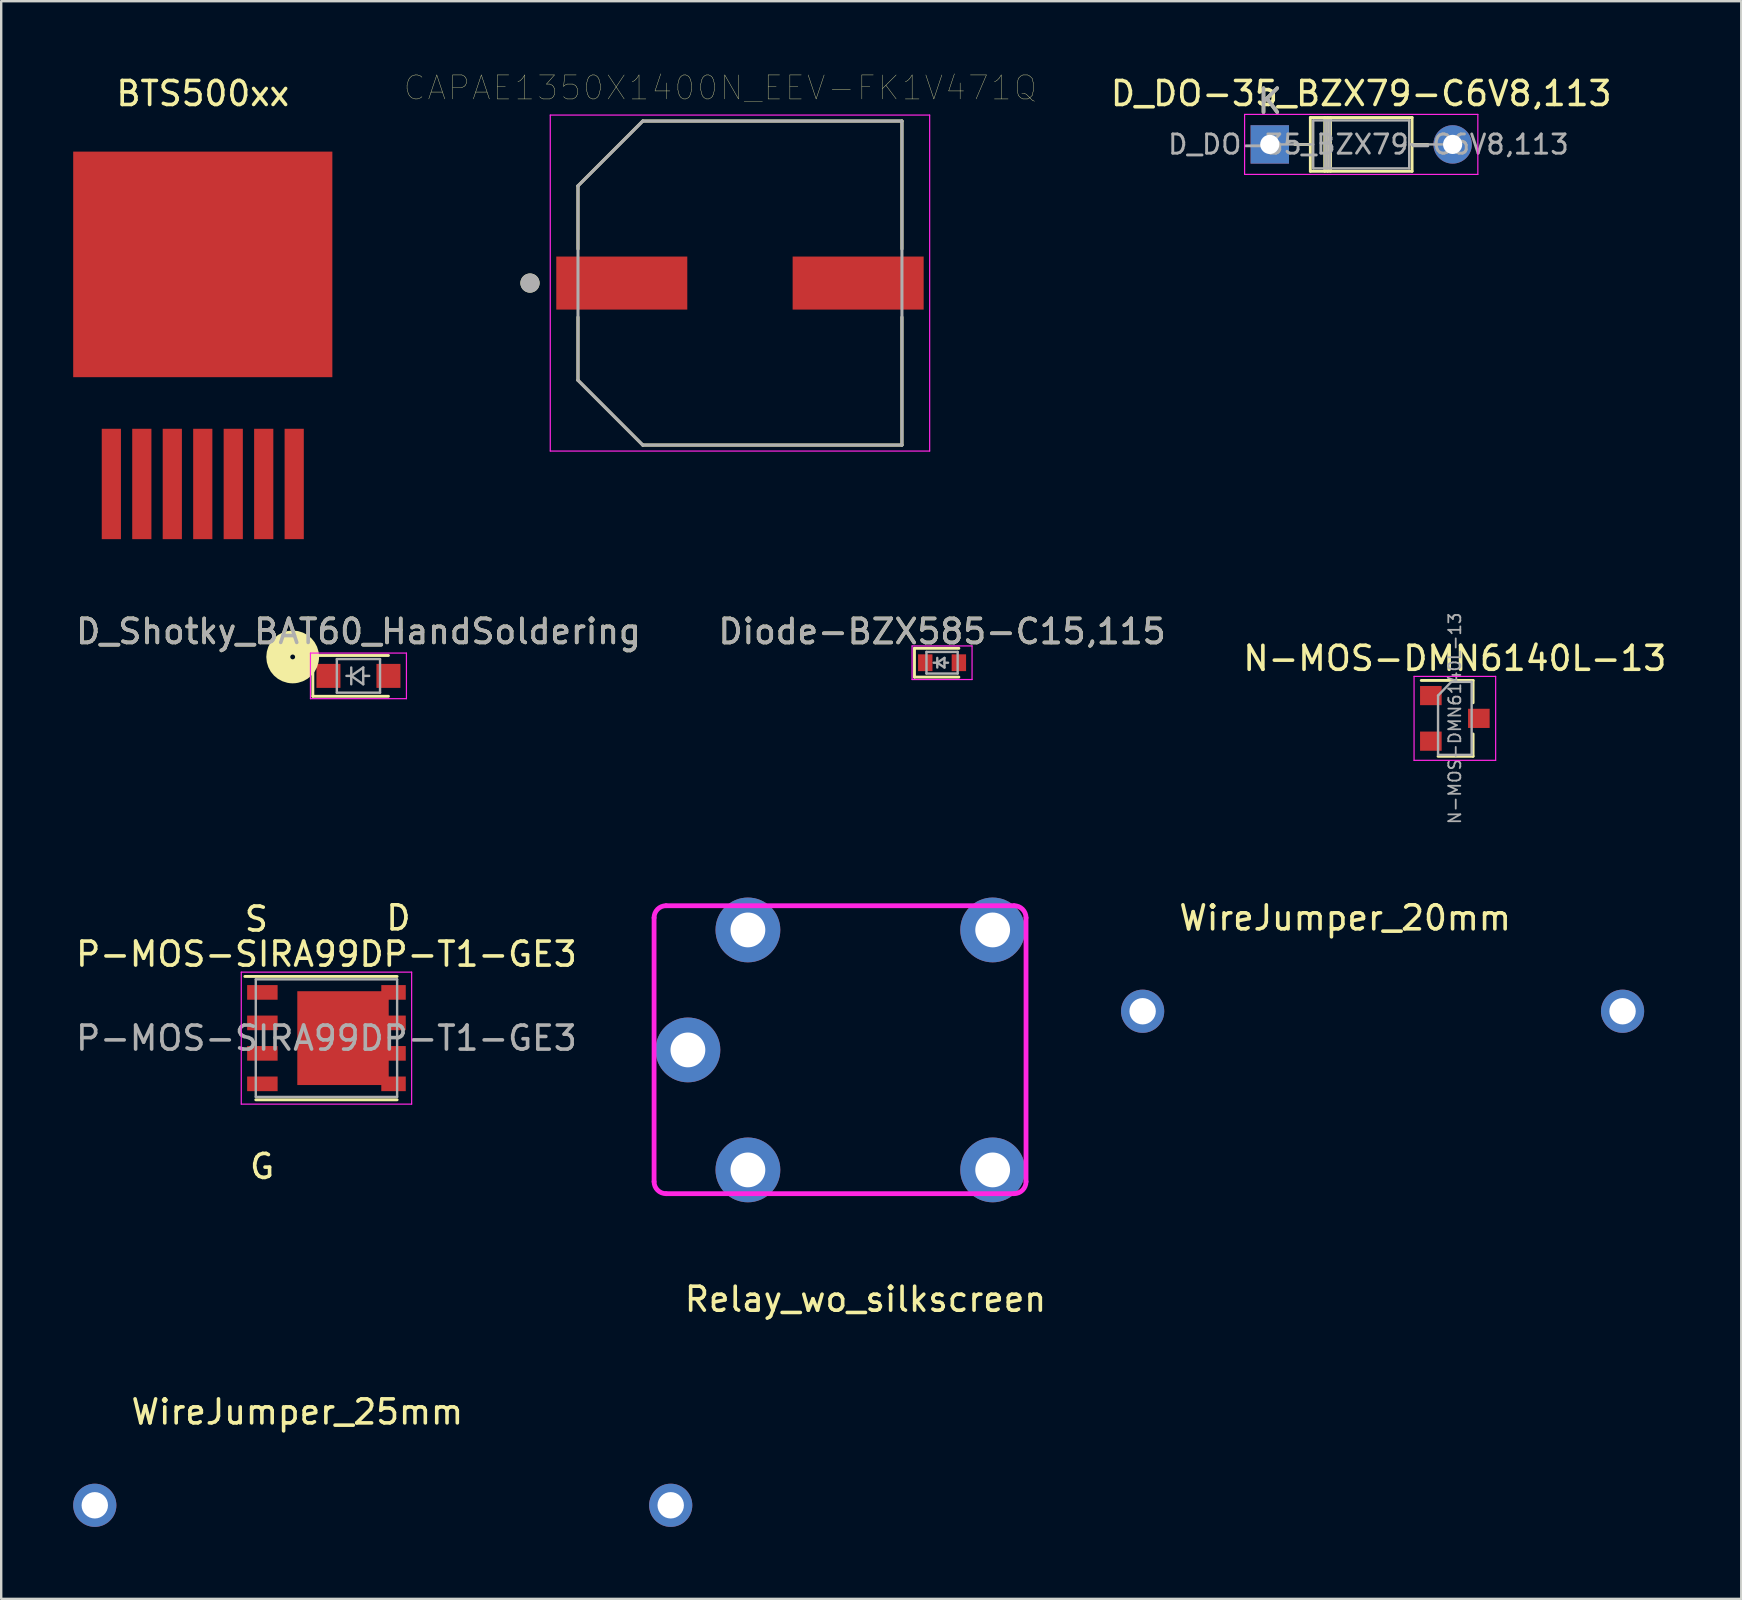
<source format=kicad_pcb>
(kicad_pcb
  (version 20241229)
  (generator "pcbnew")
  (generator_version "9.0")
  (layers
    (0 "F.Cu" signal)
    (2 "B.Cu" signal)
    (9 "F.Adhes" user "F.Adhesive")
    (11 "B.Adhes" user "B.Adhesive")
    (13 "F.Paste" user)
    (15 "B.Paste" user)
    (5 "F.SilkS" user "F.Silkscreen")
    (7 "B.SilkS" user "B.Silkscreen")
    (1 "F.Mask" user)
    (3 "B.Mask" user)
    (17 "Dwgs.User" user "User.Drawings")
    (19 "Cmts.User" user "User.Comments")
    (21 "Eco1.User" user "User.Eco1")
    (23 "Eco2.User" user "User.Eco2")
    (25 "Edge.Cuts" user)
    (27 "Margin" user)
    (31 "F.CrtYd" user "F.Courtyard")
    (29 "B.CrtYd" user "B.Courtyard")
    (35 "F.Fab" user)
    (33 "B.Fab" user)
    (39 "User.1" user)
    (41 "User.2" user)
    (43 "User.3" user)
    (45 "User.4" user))
  (footprint "WireJumper_25mm"
    (layer "F.Cu")
    (at 0.9 59.679)
    (property "Reference" "WireJumper_25mm" (at 8.44 -3.89 0) (layer "F.SilkS") (effects (font (size 1 1) (thickness 0.15))))
    (attr through_hole)
    (pad "1" thru_hole circle (at 0 0) (size 1.8 1.8) (drill 1.1) (layers "*.Cu" "*.Mask"))
    (pad "2" thru_hole circle (at 24 0) (size 1.8 1.8) (drill 1.1) (layers "*.Cu" "*.Mask")))
  (footprint "BTS500xx"
    (layer "F.Cu")
    (at 5.4 14.818)
    (property "Reference" "BTS500xx" (at 0 -13.97 0) (layer "F.SilkS") (effects (font (size 1 1) (thickness 0.15))))
    (attr through_hole)
    (pad "1" smd rect (at -3.81 2.3) (size 0.8 4.6) (layers "F.Cu" "F.Mask" "F.Paste"))
    (pad "2" smd rect (at -2.54 2.3) (size 0.8 4.6) (layers "F.Cu" "F.Mask" "F.Paste"))
    (pad "3" smd rect (at -1.27 2.3) (size 0.8 4.6) (layers "F.Cu" "F.Mask" "F.Paste"))
    (pad "4" smd rect (at 0 2.3) (size 0.8 4.6) (layers "F.Cu" "F.Mask" "F.Paste"))
    (pad "5" smd rect (at 1.27 2.3) (size 0.8 4.6) (layers "F.Cu" "F.Mask" "F.Paste"))
    (pad "6" smd rect (at 2.54 2.3) (size 0.8 4.6) (layers "F.Cu" "F.Mask" "F.Paste"))
    (pad "7" smd rect (at 3.81 2.3) (size 0.8 4.6) (layers "F.Cu" "F.Mask" "F.Paste"))
    (pad "8" smd rect (at 0 -6.85) (size 10.8 9.4) (layers "F.Cu" "F.Mask" "F.Paste")))
  (footprint "CAPAE1350X1400N_EEV-FK1V471Q"
    (layer "F.Cu")
    (at 27.786 8.746)
    (property "Reference" "CAPAE1350X1400N_EEV-FK1V471Q" (at -0.825 -8.135 0) (layer "F.SilkS") (effects (font (size 1 1) (thickness 0.015))))
    (attr through_hole)
    (fp_line (start -6.75 -4.05) (end -4.05 -6.752) (stroke (width 0.127) (type solid)) (layer "F.SilkS"))
    (fp_line (start -6.75 -1.42) (end -6.75 -4.05) (stroke (width 0.127) (type solid)) (layer "F.SilkS"))
    (fp_line (start -6.75 4.05) (end -6.75 1.42) (stroke (width 0.127) (type solid)) (layer "F.SilkS"))
    (fp_line (start -4.05 -6.752) (end 6.75 -6.752) (stroke (width 0.127) (type solid)) (layer "F.SilkS"))
    (fp_line (start -4.05 6.752) (end -6.75 4.05) (stroke (width 0.127) (type solid)) (layer "F.SilkS"))
    (fp_line (start 6.75 -6.752) (end 6.75 -1.42) (stroke (width 0.127) (type solid)) (layer "F.SilkS"))
    (fp_line (start 6.75 1.42) (end 6.75 6.752) (stroke (width 0.127) (type solid)) (layer "F.SilkS"))
    (fp_line (start 6.75 6.752) (end -4.05 6.752) (stroke (width 0.127) (type solid)) (layer "F.SilkS"))
    (fp_circle (center -8.75 0) (end -8.55 0) (stroke (width 0.4) (type solid)) (fill no) (layer "F.SilkS"))
    (fp_line (start -7.905 -7) (end 7.905 -7) (stroke (width 0.05) (type solid)) (layer "F.CrtYd"))
    (fp_line (start -7.905 7) (end -7.905 -7) (stroke (width 0.05) (type solid)) (layer "F.CrtYd"))
    (fp_line (start 7.905 -7) (end 7.905 7) (stroke (width 0.05) (type solid)) (layer "F.CrtYd"))
    (fp_line (start 7.905 7) (end -7.905 7) (stroke (width 0.05) (type solid)) (layer "F.CrtYd"))
    (fp_line (start -6.75 -4.05) (end -6.75 4.05) (stroke (width 0.127) (type solid)) (layer "F.Fab"))
    (fp_line (start -6.75 4.05) (end -4.05 6.75) (stroke (width 0.127) (type solid)) (layer "F.Fab"))
    (fp_line (start -4.05 -6.75) (end -6.75 -4.05) (stroke (width 0.127) (type solid)) (layer "F.Fab"))
    (fp_line (start -4.05 6.75) (end 6.75 6.75) (stroke (width 0.127) (type solid)) (layer "F.Fab"))
    (fp_line (start 6.75 -6.75) (end -4.05 -6.75) (stroke (width 0.127) (type solid)) (layer "F.Fab"))
    (fp_line (start 6.75 6.75) (end 6.75 -6.75) (stroke (width 0.127) (type solid)) (layer "F.Fab"))
    (fp_circle (center -8.75 0) (end -8.55 0) (stroke (width 0.4) (type solid)) (fill no) (layer "F.Fab"))
    (pad "1" smd rect (at -4.925 0) (size 5.46 2.21) (layers "F.Cu" "F.Mask" "F.Paste"))
    (pad "2" smd rect (at 4.925 0) (size 5.46 2.21) (layers "F.Cu" "F.Mask" "F.Paste")))
  (footprint "P-MOS-SIRA99DP-T1-GE3"
    (layer "F.Cu")
    (at 10.554 40.211)
    (property "Reference" "P-MOS-SIRA99DP-T1-GE3" (at 0 -3.5 0) (layer "F.SilkS") (effects (font (size 1 1) (thickness 0.15))))
    (attr smd)
    (fp_line (start -3.4 -2.57) (end 2.945 -2.57) (stroke (width 0.12) (type solid)) (layer "F.SilkS"))
    (fp_line (start -2.945 2.57) (end 2.945 2.57) (stroke (width 0.12) (type solid)) (layer "F.SilkS"))
    (fp_line (start -3.55 -2.75) (end -3.55 2.75) (stroke (width 0.05) (type solid)) (layer "F.CrtYd"))
    (fp_line (start -3.55 -2.75) (end 3.55 -2.75) (stroke (width 0.05) (type solid)) (layer "F.CrtYd"))
    (fp_line (start -3.55 2.75) (end 3.55 2.75) (stroke (width 0.05) (type solid)) (layer "F.CrtYd"))
    (fp_line (start 3.55 -2.75) (end 3.55 2.75) (stroke (width 0.05) (type solid)) (layer "F.CrtYd"))
    (fp_line (start -2.945 -2.45) (end 2.945 -2.45) (stroke (width 0.1) (type solid)) (layer "F.Fab"))
    (fp_line (start -2.945 2.45) (end -2.945 -2.45) (stroke (width 0.1) (type solid)) (layer "F.Fab"))
    (fp_line (start 2.945 -2.45) (end 2.945 2.45) (stroke (width 0.1) (type solid)) (layer "F.Fab"))
    (fp_line (start 2.945 2.45) (end -2.945 2.45) (stroke (width 0.1) (type solid)) (layer "F.Fab"))
    (fp_text user "G" (at -2.68 5.35 0) (layer "F.SilkS") (effects (font (size 1 1) (thickness 0.15))))
    (fp_text user "S" (at -2.92 -4.96 0) (layer "F.SilkS") (effects (font (size 1 1) (thickness 0.15))))
    (fp_text user "D" (at 3 -5.01 0) (layer "F.SilkS") (effects (font (size 1 1) (thickness 0.15))))
    (fp_text user "${REFERENCE}" (at 0 0 0) (layer "F.Fab") (effects (font (size 1 1) (thickness 0.15))))
    (pad "1" smd rect (at -2.67 1.905) (size 1.27 0.61) (layers "F.Cu" "F.Mask" "F.Paste"))
    (pad "2" smd rect (at -2.67 -1.905) (size 1.27 0.61) (layers "F.Cu" "F.Mask" "F.Paste"))
    (pad "2" smd rect (at -2.67 -0.635) (size 1.27 0.61) (layers "F.Cu" "F.Mask" "F.Paste"))
    (pad "2" smd rect (at -2.67 0.635) (size 1.27 0.61) (layers "F.Cu" "F.Mask" "F.Paste"))
    (pad "3" smd rect (at 0.69 0) (size 3.81 3.91) (layers "F.Cu" "F.Mask" "F.Paste"))
    (pad "3" smd rect (at 2.795 -1.905) (size 1.02 0.61) (layers "F.Cu" "F.Mask" "F.Paste"))
    (pad "3" smd rect (at 2.795 -0.635) (size 1.02 0.61) (layers "F.Cu" "F.Mask" "F.Paste"))
    (pad "3" smd rect (at 2.795 0.635) (size 1.02 0.61) (layers "F.Cu" "F.Mask" "F.Paste"))
    (pad "3" smd rect (at 2.795 1.905) (size 1.02 0.61) (layers "F.Cu" "F.Mask" "F.Paste")))
  (footprint "D_DO-35_BZX79-C6V8,113"
    (layer "F.Cu")
    (at 49.865 2.968)
    (property "Reference" "D_DO-35_BZX79-C6V8,113" (at 3.81 -2.12 0) (layer "F.SilkS") (effects (font (size 1 1) (thickness 0.15))))
    (attr through_hole)
    (fp_line (start 1.04 0) (end 1.69 0) (stroke (width 0.12) (type solid)) (layer "F.SilkS"))
    (fp_line (start 1.69 -1.12) (end 1.69 1.12) (stroke (width 0.12) (type solid)) (layer "F.SilkS"))
    (fp_line (start 1.69 1.12) (end 5.93 1.12) (stroke (width 0.12) (type solid)) (layer "F.SilkS"))
    (fp_line (start 2.29 -1.12) (end 2.29 1.12) (stroke (width 0.12) (type solid)) (layer "F.SilkS"))
    (fp_line (start 2.41 -1.12) (end 2.41 1.12) (stroke (width 0.12) (type solid)) (layer "F.SilkS"))
    (fp_line (start 2.53 -1.12) (end 2.53 1.12) (stroke (width 0.12) (type solid)) (layer "F.SilkS"))
    (fp_line (start 5.93 -1.12) (end 1.69 -1.12) (stroke (width 0.12) (type solid)) (layer "F.SilkS"))
    (fp_line (start 5.93 1.12) (end 5.93 -1.12) (stroke (width 0.12) (type solid)) (layer "F.SilkS"))
    (fp_line (start 6.58 0) (end 5.93 0) (stroke (width 0.12) (type solid)) (layer "F.SilkS"))
    (fp_line (start -1.05 -1.25) (end -1.05 1.25) (stroke (width 0.05) (type solid)) (layer "F.CrtYd"))
    (fp_line (start -1.05 1.25) (end 8.67 1.25) (stroke (width 0.05) (type solid)) (layer "F.CrtYd"))
    (fp_line (start 8.67 -1.25) (end -1.05 -1.25) (stroke (width 0.05) (type solid)) (layer "F.CrtYd"))
    (fp_line (start 8.67 1.25) (end 8.67 -1.25) (stroke (width 0.05) (type solid)) (layer "F.CrtYd"))
    (fp_line (start 0 0) (end 1.81 0) (stroke (width 0.1) (type solid)) (layer "F.Fab"))
    (fp_line (start 1.81 -1) (end 1.81 1) (stroke (width 0.1) (type solid)) (layer "F.Fab"))
    (fp_line (start 1.81 1) (end 5.81 1) (stroke (width 0.1) (type solid)) (layer "F.Fab"))
    (fp_line (start 2.31 -1) (end 2.31 1) (stroke (width 0.1) (type solid)) (layer "F.Fab"))
    (fp_line (start 2.41 -1) (end 2.41 1) (stroke (width 0.1) (type solid)) (layer "F.Fab"))
    (fp_line (start 2.51 -1) (end 2.51 1) (stroke (width 0.1) (type solid)) (layer "F.Fab"))
    (fp_line (start 5.81 -1) (end 1.81 -1) (stroke (width 0.1) (type solid)) (layer "F.Fab"))
    (fp_line (start 5.81 1) (end 5.81 -1) (stroke (width 0.1) (type solid)) (layer "F.Fab"))
    (fp_line (start 7.62 0) (end 5.81 0) (stroke (width 0.1) (type solid)) (layer "F.Fab"))
    (fp_text user "K" (at 0 -1.8 0) (layer "F.SilkS") (effects (font (size 1 1) (thickness 0.15))))
    (fp_text user "${REFERENCE}" (at 4.11 0 0) (layer "F.Fab") (effects (font (size 0.8 0.8) (thickness 0.12))))
    (fp_text user "K" (at 0 -1.8 0) (layer "F.Fab") (effects (font (size 1 1) (thickness 0.15))))
    (pad "1" thru_hole rect (at 0 0) (size 1.6 1.6) (drill 0.8) (layers "*.Cu" "*.Mask"))
    (pad "2" thru_hole oval (at 7.62 0) (size 1.6 1.6) (drill 0.8) (layers "*.Cu" "*.Mask")))
  (footprint "Relay_wo_silkscreen"
    (layer "F.Cu")
    (at 33.157 40.453)
    (property "Reference" "Relay_wo_silkscreen" (at -0.14 10.64 0) (layer "F.SilkS") (effects (font (size 1 1) (thickness 0.15))))
    (attr through_hole)
    (fp_line (start -8.95 -5.26) (end -8.95 5.74) (stroke (width 0.2) (type solid)) (layer "F.CrtYd"))
    (fp_line (start 6.05 -5.76) (end -8.45 -5.76) (stroke (width 0.2) (type solid)) (layer "F.CrtYd"))
    (fp_line (start 6.05 6.24) (end -8.45 6.24) (stroke (width 0.2) (type solid)) (layer "F.CrtYd"))
    (fp_line (start 6.55 -5.26) (end 6.55 5.74) (stroke (width 0.2) (type solid)) (layer "F.CrtYd"))
    (fp_arc (start -8.95 -5.259996) (mid -8.803553 -5.613549) (end -8.45 -5.759996) (stroke (width 0.2) (type solid)) (layer "F.CrtYd"))
    (fp_arc (start -8.45 6.240004) (mid -8.803553 6.093557) (end -8.95 5.740004) (stroke (width 0.2) (type solid)) (layer "F.CrtYd"))
    (fp_arc (start 6.05 -5.759996) (mid 6.403553 -5.613549) (end 6.55 -5.259996) (stroke (width 0.2) (type solid)) (layer "F.CrtYd"))
    (fp_arc (start 6.55 5.740004) (mid 6.403553 6.093557) (end 6.05 6.240004) (stroke (width 0.2) (type solid)) (layer "F.CrtYd"))
    (pad "1" thru_hole circle (at 5.16 -4.75) (size 2.7 2.7) (drill 1.45) (layers "*.Cu" "*.Mask"))
    (pad "2" thru_hole circle (at -5.04 5.25) (size 2.7 2.7) (drill 1.45) (layers "*.Cu" "*.Mask"))
    (pad "6" thru_hole circle (at -5.04 -4.75) (size 2.7 2.7) (drill 1.45) (layers "*.Cu" "*.Mask"))
    (pad "7" thru_hole circle (at -7.54 0.25) (size 2.7 2.7) (drill 1.45) (layers "*.Cu" "*.Mask"))
    (pad "14" thru_hole circle (at 5.16 5.25) (size 2.7 2.7) (drill 1.45) (layers "*.Cu" "*.Mask")))
  (footprint "Diode-BZX585-C15,115"
    (layer "F.Cu")
    (at 36.208 24.567)
    (property "Reference" "Diode-BZX585-C15,115" (at 0 -1.3 0) (layer "F.SilkS") (effects (font (size 1 1) (thickness 0.15))))
    (attr smd)
    (fp_line (start -1.15 -0.6) (end -1.15 0.6) (stroke (width 0.12) (type solid)) (layer "F.SilkS"))
    (fp_line (start 0.7 -0.6) (end -1.15 -0.6) (stroke (width 0.12) (type solid)) (layer "F.SilkS"))
    (fp_line (start 0.7 0.6) (end -1.15 0.6) (stroke (width 0.12) (type solid)) (layer "F.SilkS"))
    (fp_line (start -1.25 -0.7) (end 1.25 -0.7) (stroke (width 0.05) (type solid)) (layer "F.CrtYd"))
    (fp_line (start -1.25 0.7) (end -1.25 -0.7) (stroke (width 0.05) (type solid)) (layer "F.CrtYd"))
    (fp_line (start 1.25 -0.7) (end 1.25 0.7) (stroke (width 0.05) (type solid)) (layer "F.CrtYd"))
    (fp_line (start 1.25 0.7) (end -1.25 0.7) (stroke (width 0.05) (type solid)) (layer "F.CrtYd"))
    (fp_line (start -0.65 -0.45) (end 0.65 -0.45) (stroke (width 0.1) (type solid)) (layer "F.Fab"))
    (fp_line (start -0.65 0.45) (end -0.65 -0.45) (stroke (width 0.1) (type solid)) (layer "F.Fab"))
    (fp_line (start -0.2 0) (end -0.35 0) (stroke (width 0.1) (type solid)) (layer "F.Fab"))
    (fp_line (start -0.2 0) (end 0.1 0.2) (stroke (width 0.1) (type solid)) (layer "F.Fab"))
    (fp_line (start -0.2 0.2) (end -0.2 -0.2) (stroke (width 0.1) (type solid)) (layer "F.Fab"))
    (fp_line (start 0.1 -0.2) (end -0.2 0) (stroke (width 0.1) (type solid)) (layer "F.Fab"))
    (fp_line (start 0.1 0) (end 0.25 0) (stroke (width 0.1) (type solid)) (layer "F.Fab"))
    (fp_line (start 0.1 0.2) (end 0.1 -0.2) (stroke (width 0.1) (type solid)) (layer "F.Fab"))
    (fp_line (start 0.65 -0.45) (end 0.65 0.45) (stroke (width 0.1) (type solid)) (layer "F.Fab"))
    (fp_line (start 0.65 0.45) (end -0.65 0.45) (stroke (width 0.1) (type solid)) (layer "F.Fab"))
    (fp_text user "${REFERENCE}" (at 0 -1.3 0) (layer "F.Fab") (effects (font (size 1 1) (thickness 0.15))))
    (pad "1" smd rect (at -0.7 0 180) (size 0.6 0.7) (layers "F.Cu" "F.Mask" "F.Paste"))
    (pad "2" smd rect (at 0.7 0 180) (size 0.6 0.7) (layers "F.Cu" "F.Mask" "F.Paste")))
  (footprint "WireJumper_20mm"
    (layer "F.Cu")
    (at 44.566 39.091)
    (property "Reference" "WireJumper_20mm" (at 8.44 -3.89 0) (layer "F.SilkS") (effects (font (size 1 1) (thickness 0.15))))
    (attr through_hole)
    (pad "1" thru_hole circle (at 0 0) (size 1.8 1.8) (drill 1.1) (layers "*.Cu" "*.Mask"))
    (pad "2" thru_hole circle (at 20 0) (size 1.8 1.8) (drill 1.1) (layers "*.Cu" "*.Mask")))
  (footprint "N-MOS-DMN6140L-13"
    (layer "F.Cu")
    (at 57.577 26.886)
    (property "Reference" "N-MOS-DMN6140L-13" (at 0 -2.5 0) (layer "F.SilkS") (effects (font (size 1 1) (thickness 0.15))))
    (attr smd)
    (fp_line (start 0.76 -1.58) (end -1.4 -1.58) (stroke (width 0.12) (type solid)) (layer "F.SilkS"))
    (fp_line (start 0.76 -1.58) (end 0.76 -0.65) (stroke (width 0.12) (type solid)) (layer "F.SilkS"))
    (fp_line (start 0.76 1.58) (end -0.7 1.58) (stroke (width 0.12) (type solid)) (layer "F.SilkS"))
    (fp_line (start 0.76 1.58) (end 0.76 0.65) (stroke (width 0.12) (type solid)) (layer "F.SilkS"))
    (fp_line (start -1.7 -1.75) (end 1.7 -1.75) (stroke (width 0.05) (type solid)) (layer "F.CrtYd"))
    (fp_line (start -1.7 1.75) (end -1.7 -1.75) (stroke (width 0.05) (type solid)) (layer "F.CrtYd"))
    (fp_line (start 1.7 -1.75) (end 1.7 1.75) (stroke (width 0.05) (type solid)) (layer "F.CrtYd"))
    (fp_line (start 1.7 1.75) (end -1.7 1.75) (stroke (width 0.05) (type solid)) (layer "F.CrtYd"))
    (fp_line (start -0.7 -0.95) (end -0.7 1.5) (stroke (width 0.1) (type solid)) (layer "F.Fab"))
    (fp_line (start -0.7 -0.95) (end -0.15 -1.52) (stroke (width 0.1) (type solid)) (layer "F.Fab"))
    (fp_line (start -0.7 1.52) (end 0.7 1.52) (stroke (width 0.1) (type solid)) (layer "F.Fab"))
    (fp_line (start -0.15 -1.52) (end 0.7 -1.52) (stroke (width 0.1) (type solid)) (layer "F.Fab"))
    (fp_line (start 0.7 -1.52) (end 0.7 1.52) (stroke (width 0.1) (type solid)) (layer "F.Fab"))
    (fp_text user "${REFERENCE}" (at 0 0 90) (layer "F.Fab") (effects (font (size 0.5 0.5) (thickness 0.075))))
    (pad "1" smd rect (at -1 -0.95) (size 0.9 0.8) (layers "F.Cu" "F.Mask" "F.Paste"))
    (pad "2" smd rect (at -1 0.95) (size 0.9 0.8) (layers "F.Cu" "F.Mask" "F.Paste"))
    (pad "3" smd rect (at 1 0) (size 0.9 0.8) (layers "F.Cu" "F.Mask" "F.Paste")))
  (footprint "D_Shotky_BAT60_HandSoldering"
    (layer "F.Cu")
    (at 11.887 25.116)
    (property "Reference" "D_Shotky_BAT60_HandSoldering" (at 0 -1.85 0) (layer "F.SilkS") (effects (font (size 1 1) (thickness 0.15))))
    (attr smd)
    (fp_line (start -1.9 -0.85) (end -1.9 0.85) (stroke (width 0.12) (type solid)) (layer "F.SilkS"))
    (fp_line (start -1.9 -0.85) (end 1.25 -0.85) (stroke (width 0.12) (type solid)) (layer "F.SilkS"))
    (fp_line (start -1.9 0.85) (end 1.25 0.85) (stroke (width 0.12) (type solid)) (layer "F.SilkS"))
    (fp_circle (center -2.74 -0.79) (end -2.64 -0.79) (stroke (width 1) (type solid)) (fill no) (layer "F.SilkS"))
    (fp_line (start -2 -0.95) (end -2 0.95) (stroke (width 0.05) (type solid)) (layer "F.CrtYd"))
    (fp_line (start -2 -0.95) (end 2 -0.95) (stroke (width 0.05) (type solid)) (layer "F.CrtYd"))
    (fp_line (start -2 0.95) (end 2 0.95) (stroke (width 0.05) (type solid)) (layer "F.CrtYd"))
    (fp_line (start 2 -0.95) (end 2 0.95) (stroke (width 0.05) (type solid)) (layer "F.CrtYd"))
    (fp_line (start -0.9 -0.7) (end 0.9 -0.7) (stroke (width 0.1) (type solid)) (layer "F.Fab"))
    (fp_line (start -0.9 0.7) (end -0.9 -0.7) (stroke (width 0.1) (type solid)) (layer "F.Fab"))
    (fp_line (start -0.3 -0.35) (end -0.3 0.35) (stroke (width 0.1) (type solid)) (layer "F.Fab"))
    (fp_line (start -0.3 0) (end -0.5 0) (stroke (width 0.1) (type solid)) (layer "F.Fab"))
    (fp_line (start -0.3 0) (end 0.2 -0.35) (stroke (width 0.1) (type solid)) (layer "F.Fab"))
    (fp_line (start 0.2 -0.35) (end 0.2 0.35) (stroke (width 0.1) (type solid)) (layer "F.Fab"))
    (fp_line (start 0.2 0) (end 0.45 0) (stroke (width 0.1) (type solid)) (layer "F.Fab"))
    (fp_line (start 0.2 0.35) (end -0.3 0) (stroke (width 0.1) (type solid)) (layer "F.Fab"))
    (fp_line (start 0.9 -0.7) (end 0.9 0.7) (stroke (width 0.1) (type solid)) (layer "F.Fab"))
    (fp_line (start 0.9 0.7) (end -0.9 0.7) (stroke (width 0.1) (type solid)) (layer "F.Fab"))
    (fp_text user "${REFERENCE}" (at 0 -1.85 0) (layer "F.Fab") (effects (font (size 1 1) (thickness 0.15))))
    (pad "1" smd rect (at -1.25 0) (size 1 1) (layers "F.Cu" "F.Mask" "F.Paste"))
    (pad "2" smd rect (at 1.25 0) (size 1 1) (layers "F.Cu" "F.Mask" "F.Paste")))
  (gr_rect
    (start -3 -3)
    (end 69.512 63.579)
    (stroke (width 0.1) (type default))
    (fill no)
    (layer "Edge.Cuts")))
</source>
